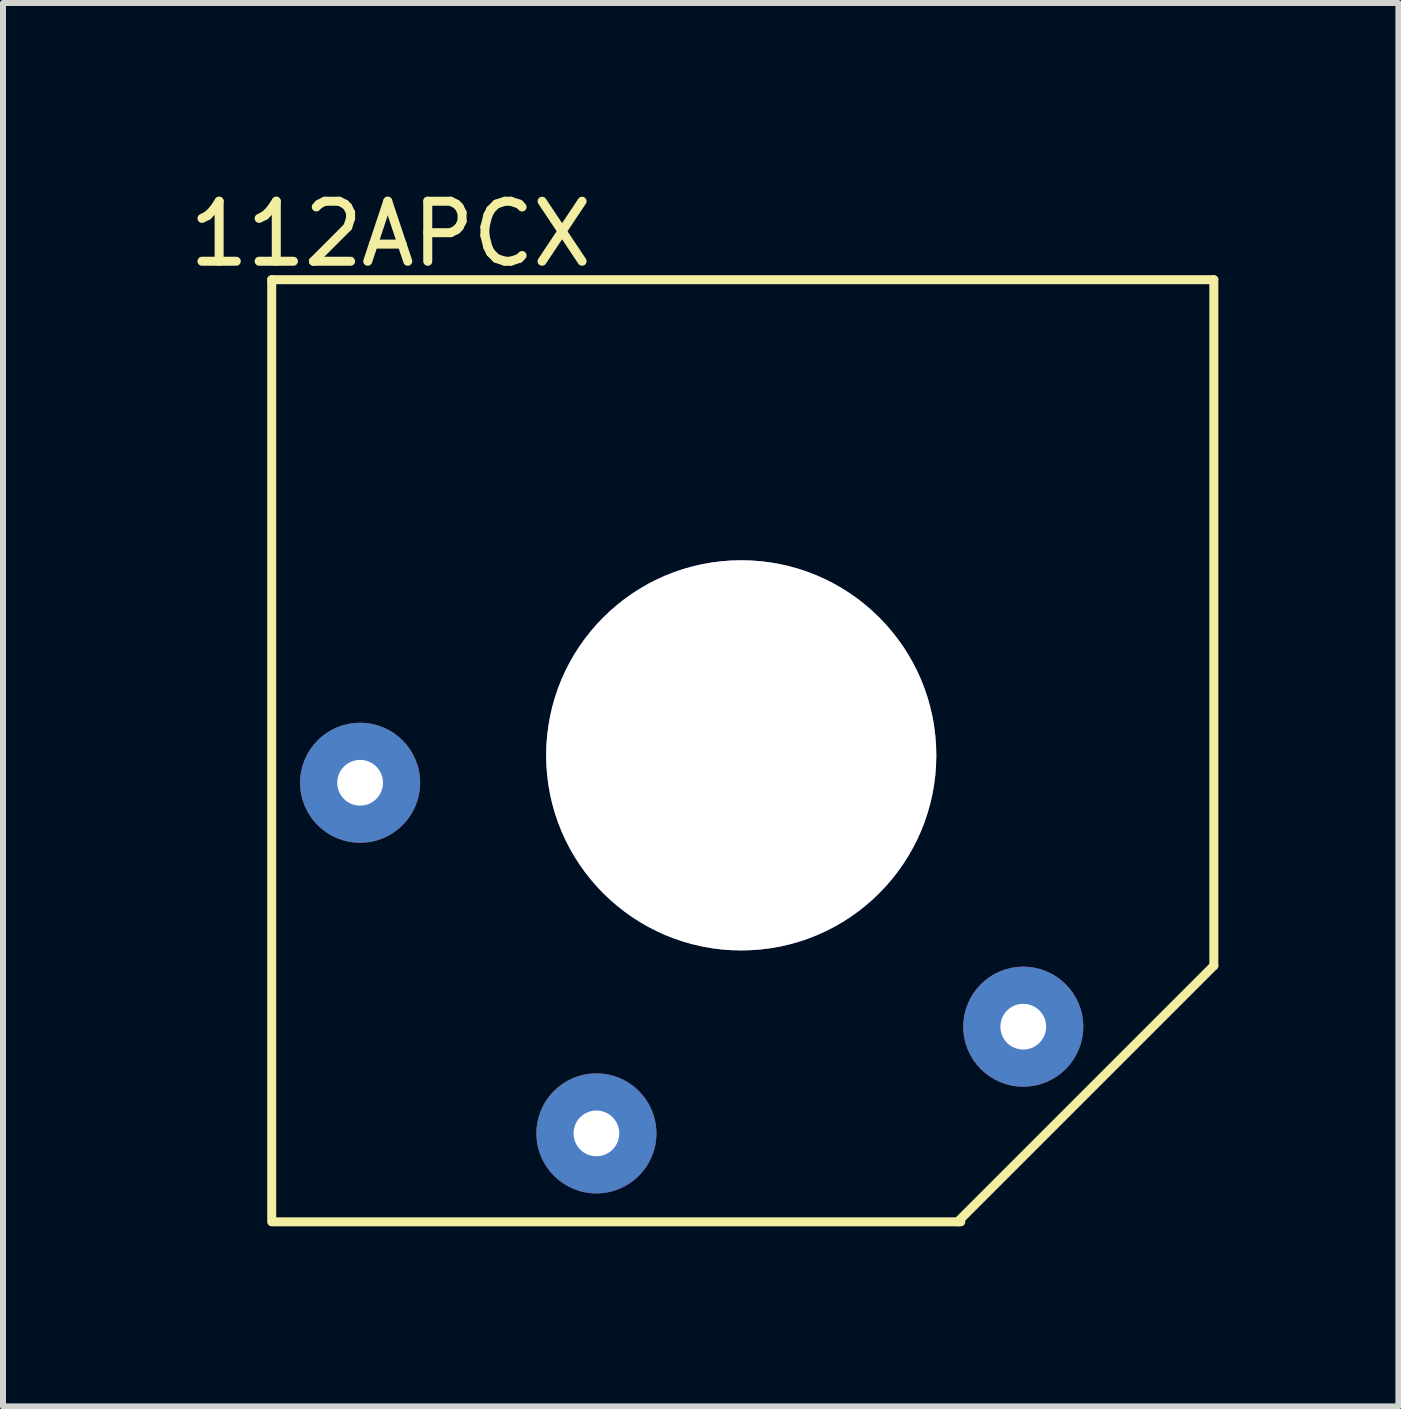
<source format=kicad_pcb>
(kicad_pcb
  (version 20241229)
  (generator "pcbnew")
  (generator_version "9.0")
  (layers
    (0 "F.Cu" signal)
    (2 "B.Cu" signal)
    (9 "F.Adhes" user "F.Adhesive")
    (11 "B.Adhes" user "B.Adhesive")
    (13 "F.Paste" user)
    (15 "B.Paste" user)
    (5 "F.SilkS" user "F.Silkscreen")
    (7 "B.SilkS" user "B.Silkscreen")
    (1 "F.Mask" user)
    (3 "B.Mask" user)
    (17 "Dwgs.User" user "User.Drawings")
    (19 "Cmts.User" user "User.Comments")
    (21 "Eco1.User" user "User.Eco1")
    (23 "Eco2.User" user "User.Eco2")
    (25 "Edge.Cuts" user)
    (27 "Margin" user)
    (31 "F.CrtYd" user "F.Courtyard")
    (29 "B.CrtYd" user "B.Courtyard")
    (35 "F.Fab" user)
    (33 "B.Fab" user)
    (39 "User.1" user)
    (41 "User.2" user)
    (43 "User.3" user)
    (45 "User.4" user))
  (footprint "112APCX"
    (layer "F.Cu")
    (at 9.3 9.484)
    (property "Reference" "112APCX" (at -5.842 -8.636 0) (layer "F.SilkS") (effects (font (size 1 1) (thickness 0.15))))
    (attr through_hole)
    (fp_line (start -7.823 -7.874) (end -7.823 7.772) (stroke (width 0.15) (type solid)) (layer "F.SilkS"))
    (fp_line (start -7.823 7.823) (end 3.658 7.823) (stroke (width 0.15) (type solid)) (layer "F.SilkS"))
    (fp_line (start 3.607 7.823) (end 7.874 3.556) (stroke (width 0.15) (type solid)) (layer "F.SilkS"))
    (fp_line (start 7.874 -7.874) (end -7.823 -7.874) (stroke (width 0.15) (type solid)) (layer "F.SilkS"))
    (fp_line (start 7.874 3.556) (end 7.874 -7.874) (stroke (width 0.15) (type solid)) (layer "F.SilkS"))
    (pad "" thru_hole circle (at 0 0.051) (size 6.5 6.5) (drill 6.5) (layers "*.Cu" "*.Mask"))
    (pad "S" thru_hole circle (at 4.699 4.572) (size 2 2) (drill 0.762) (layers "*.Cu" "*.Mask"))
    (pad "T" thru_hole circle (at -6.35 0.508) (size 2 2) (drill 0.762) (layers "*.Cu" "*.Mask"))
    (pad "TN" thru_hole circle (at -2.413 6.35) (size 2 2) (drill 0.762) (layers "*.Cu" "*.Mask")))
  (gr_rect
    (start -3 -3)
    (end 20.249 20.382)
    (stroke (width 0.1) (type default))
    (fill no)
    (layer "Edge.Cuts")))
</source>
